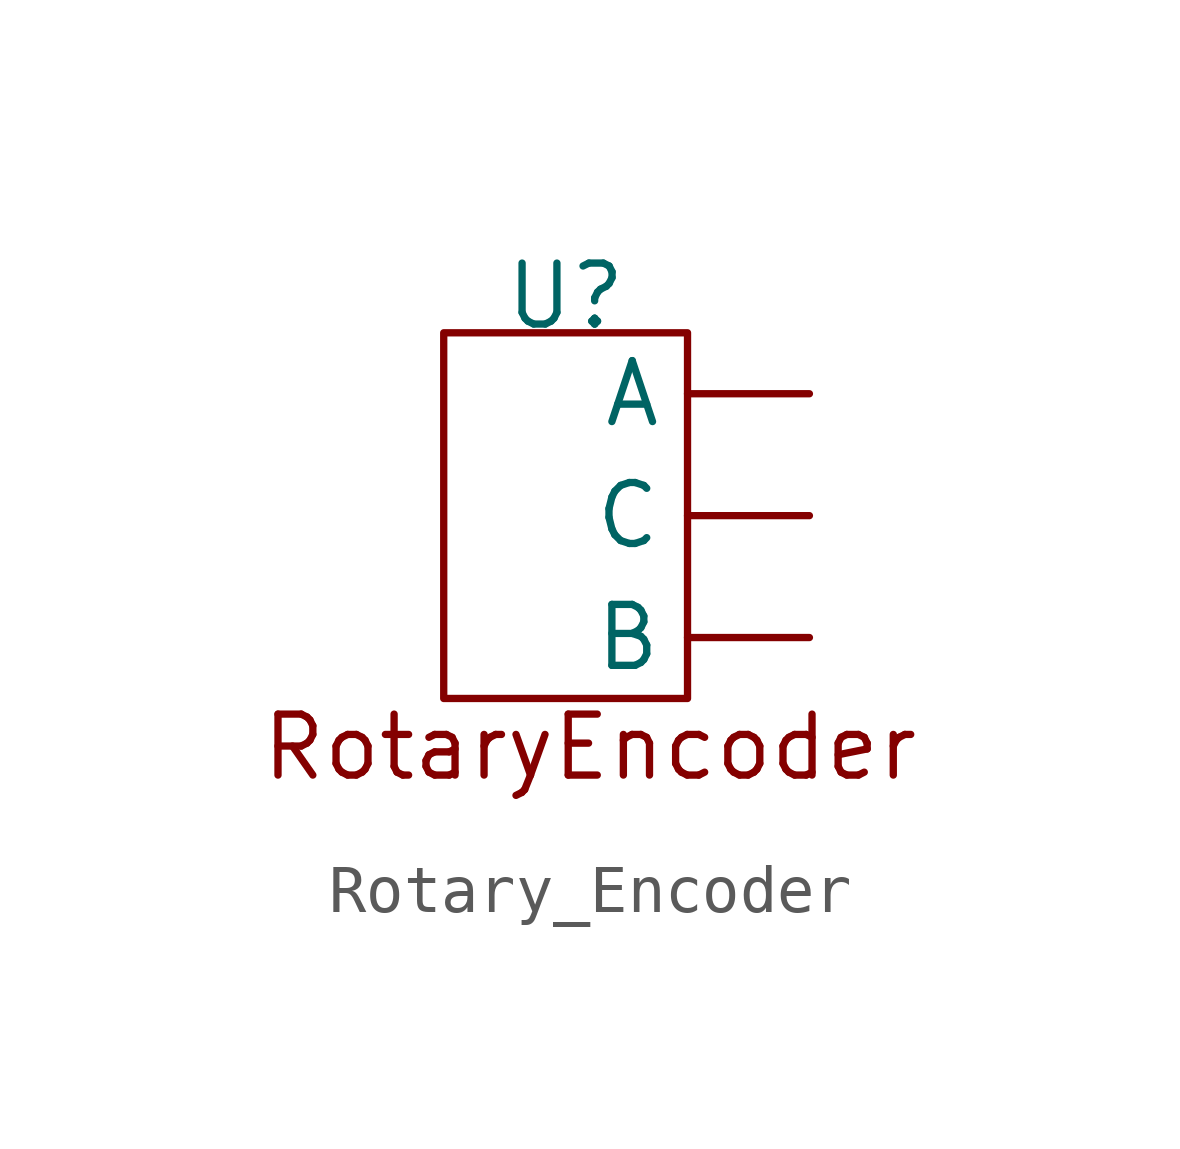
<source format=kicad_sym>
(kicad_symbol_lib
  (version 20241209)
  (generator "kicad_symbol_editor")
  (generator_version "9.0")
  (symbol "Rotary_Encoder"
    (property "Reference" "U"
      (at 0 4.572 0)
      (effects (font (size 1.27 1.27))))
    (property "Value" ""
      (at 0 0 0)
      (effects (font (size 1.27 1.27))))
    (symbol "Rotary_Encoder_1_1"
      (rectangle (start -2.54 3.81) (end 2.54 -3.81) (stroke (width 0) (type default)) (fill (type none)))
      (text "RotaryEncoder\n" (at 0.508 -4.826 0) (effects (font (size 1.27 1.27))))
      (pin input line (at 5.08 2.54 180) (length 2.54) (name "A" (effects (font (size 1.27 1.27)))) (number "" (effects (font (size 1.27 1.27)))))
      (pin input line (at 5.08 0 180) (length 2.54) (name "C" (effects (font (size 1.27 1.27)))) (number "" (effects (font (size 1.27 1.27)))))
      (pin input line (at 5.08 -2.54 180) (length 2.54) (name "B" (effects (font (size 1.27 1.27)))) (number "" (effects (font (size 1.27 1.27))))))))
</source>
